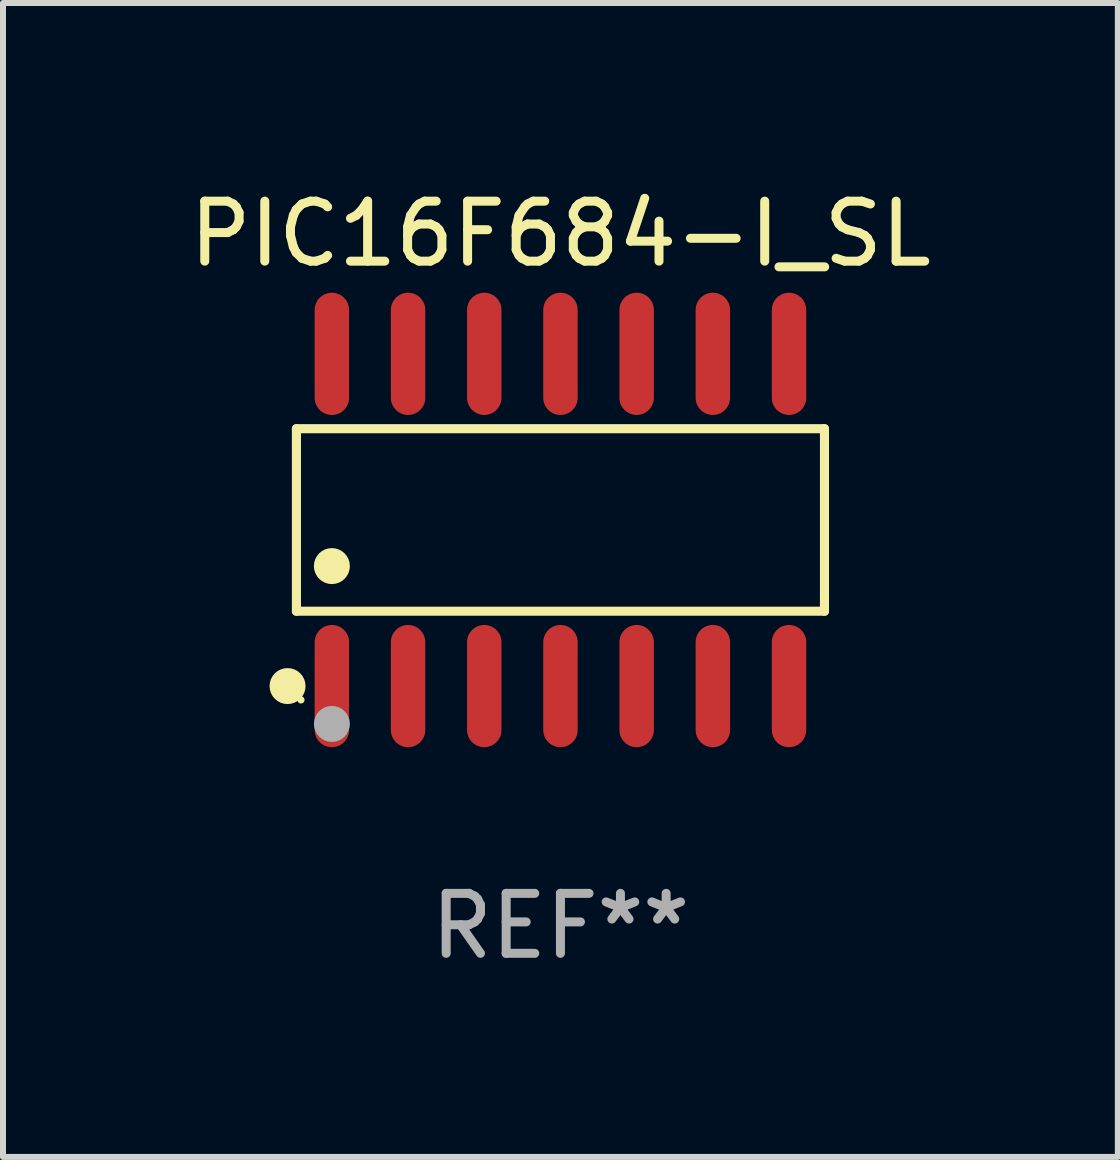
<source format=kicad_pcb>
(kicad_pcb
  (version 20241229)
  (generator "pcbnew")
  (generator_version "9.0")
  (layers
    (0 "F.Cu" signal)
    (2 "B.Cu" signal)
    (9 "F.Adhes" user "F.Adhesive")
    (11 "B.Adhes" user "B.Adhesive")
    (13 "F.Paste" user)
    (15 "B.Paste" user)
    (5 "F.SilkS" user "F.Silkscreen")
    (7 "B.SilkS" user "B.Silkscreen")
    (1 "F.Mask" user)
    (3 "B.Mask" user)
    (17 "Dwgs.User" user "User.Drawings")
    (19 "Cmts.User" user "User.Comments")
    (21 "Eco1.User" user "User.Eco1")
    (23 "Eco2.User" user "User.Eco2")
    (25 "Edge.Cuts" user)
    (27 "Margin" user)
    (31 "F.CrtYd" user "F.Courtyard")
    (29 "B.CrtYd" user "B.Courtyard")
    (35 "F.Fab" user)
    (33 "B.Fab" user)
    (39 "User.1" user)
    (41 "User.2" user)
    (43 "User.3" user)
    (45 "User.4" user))
  (footprint "PIC16F684-I_SL"
    (layer "F.Cu")
    (at 6.292 5.617)
    (property "Reference" "PIC16F684-I_SL" (at 0 -4.769 0) (layer "F.SilkS") (effects (font (size 1 1) (thickness 0.15))))
    (attr through_hole)
    (fp_line (start -4.401 -1.521) (end 4.401 -1.521) (stroke (width 0.152) (type solid)) (layer "F.SilkS"))
    (fp_line (start -4.401 1.521) (end -4.401 -1.521) (stroke (width 0.152) (type solid)) (layer "F.SilkS"))
    (fp_line (start 4.401 -1.521) (end 4.401 1.521) (stroke (width 0.152) (type solid)) (layer "F.SilkS"))
    (fp_line (start 4.401 1.521) (end -4.401 1.521) (stroke (width 0.152) (type solid)) (layer "F.SilkS"))
    (fp_circle (center -4.549 2.769) (end -4.399 2.769) (stroke (width 0.3) (type solid)) (fill no) (layer "F.SilkS"))
    (fp_circle (center -4.325 3) (end -4.295 3) (stroke (width 0.06) (type solid)) (fill no) (layer "F.SilkS"))
    (fp_circle (center -3.81 0.769) (end -3.66 0.769) (stroke (width 0.3) (type solid)) (fill no) (layer "F.SilkS"))
    (fp_circle (center -3.81 3.4) (end -3.66 3.4) (stroke (width 0.3) (type solid)) (fill no) (layer "F.Fab"))
    (fp_text user "REF**" (at 0 6.769 0) (layer "F.Fab") (effects (font (size 1 1) (thickness 0.15))))
    (pad "1" smd oval (at -3.81 2.769) (size 0.574 2.038) (layers "F.Cu" "F.Mask" "F.Paste"))
    (pad "2" smd oval (at -2.54 2.769) (size 0.574 2.038) (layers "F.Cu" "F.Mask" "F.Paste"))
    (pad "3" smd oval (at -1.27 2.769) (size 0.574 2.038) (layers "F.Cu" "F.Mask" "F.Paste"))
    (pad "4" smd oval (at 0 2.769) (size 0.574 2.038) (layers "F.Cu" "F.Mask" "F.Paste"))
    (pad "5" smd oval (at 1.27 2.769) (size 0.574 2.038) (layers "F.Cu" "F.Mask" "F.Paste"))
    (pad "6" smd oval (at 2.54 2.769) (size 0.574 2.038) (layers "F.Cu" "F.Mask" "F.Paste"))
    (pad "7" smd oval (at 3.81 2.769) (size 0.574 2.038) (layers "F.Cu" "F.Mask" "F.Paste"))
    (pad "8" smd oval (at 3.81 -2.769) (size 0.574 2.038) (layers "F.Cu" "F.Mask" "F.Paste"))
    (pad "9" smd oval (at 2.54 -2.769) (size 0.574 2.038) (layers "F.Cu" "F.Mask" "F.Paste"))
    (pad "10" smd oval (at 1.27 -2.769) (size 0.574 2.038) (layers "F.Cu" "F.Mask" "F.Paste"))
    (pad "11" smd oval (at 0 -2.769) (size 0.574 2.038) (layers "F.Cu" "F.Mask" "F.Paste"))
    (pad "12" smd oval (at -1.27 -2.769) (size 0.574 2.038) (layers "F.Cu" "F.Mask" "F.Paste"))
    (pad "13" smd oval (at -2.54 -2.769) (size 0.574 2.038) (layers "F.Cu" "F.Mask" "F.Paste"))
    (pad "14" smd oval (at -3.81 -2.769) (size 0.574 2.038) (layers "F.Cu" "F.Mask" "F.Paste")))
  (gr_rect
    (start -3 -3)
    (end 15.583 16.235)
    (stroke (width 0.1) (type default))
    (fill no)
    (layer "Edge.Cuts")))
</source>
